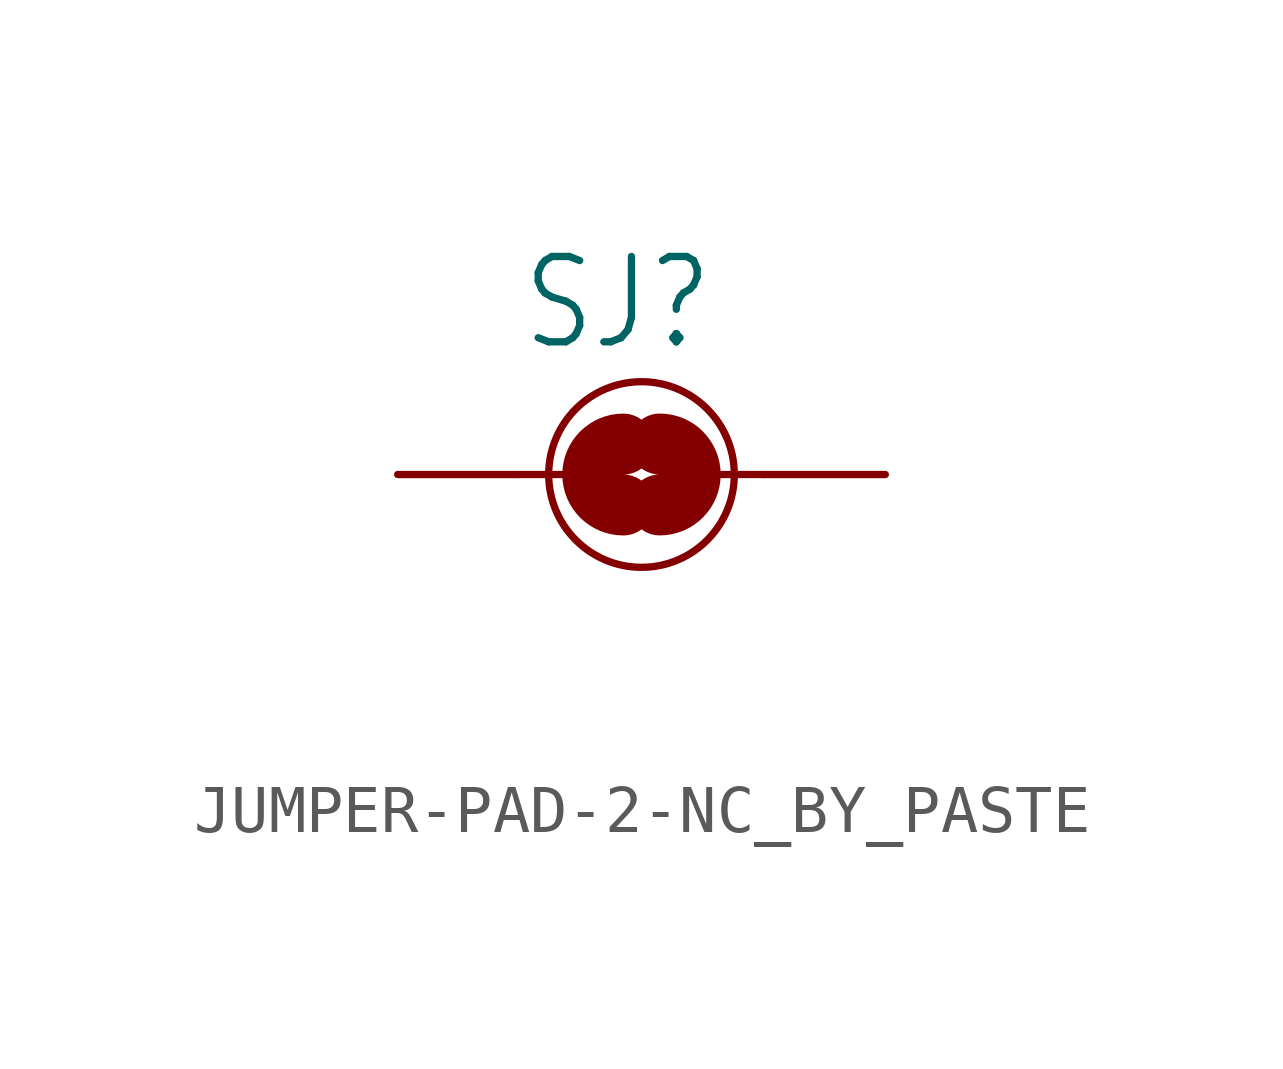
<source format=kicad_sym>
(kicad_symbol_lib
  (version 20220914)
  (generator kicad_symbol_editor)
  (symbol "JUMPER-PAD-2-NC_BY_PASTE"
    (property "Reference" "SJ"
      (at -2.54 2.54 0)
      (effects (font (size 1.778 1.511)) (justify left bottom)))
    (property "Value" ""
      (at -2.54 -5.08 0)
      (effects (font (size 1.778 1.511)) (justify left bottom)))
    (property "ki_locked" ""
      (at 0 0 0)
      (effects (font (size 1.27 1.27))))
    (symbol "JUMPER-PAD-2-NC_BY_PASTE_1_0"
      (arc (start -0.3808 0.635) (mid -1.0159 0.0001) (end -0.381 -0.635) (stroke (width 1.27) (type solid)) (fill (type none)))
      (polyline (pts (xy -2.54 0) (xy -1.651 0)) (stroke (width 0.152) (type solid)) (fill (type none)))
      (polyline (pts (xy 2.54 0) (xy 1.651 0)) (stroke (width 0.152) (type solid)) (fill (type none)))
      (circle (center 0 0) (radius 1.934) (stroke (width 0) (type solid)) (fill (type none)))
      (arc (start 0.3808 -0.635) (mid 1.0159 -0.0001) (end 0.381 0.635) (stroke (width 1.27) (type solid)) (fill (type none)))
      (pin passive line (at -5.08 0 0) (length 2.54) (name "1" (effects (font (size 0 0)))) (number "1" (effects (font (size 0 0)))))
      (pin passive line (at 5.08 0 180) (length 2.54) (name "2" (effects (font (size 0 0)))) (number "2" (effects (font (size 0 0))))))))
</source>
